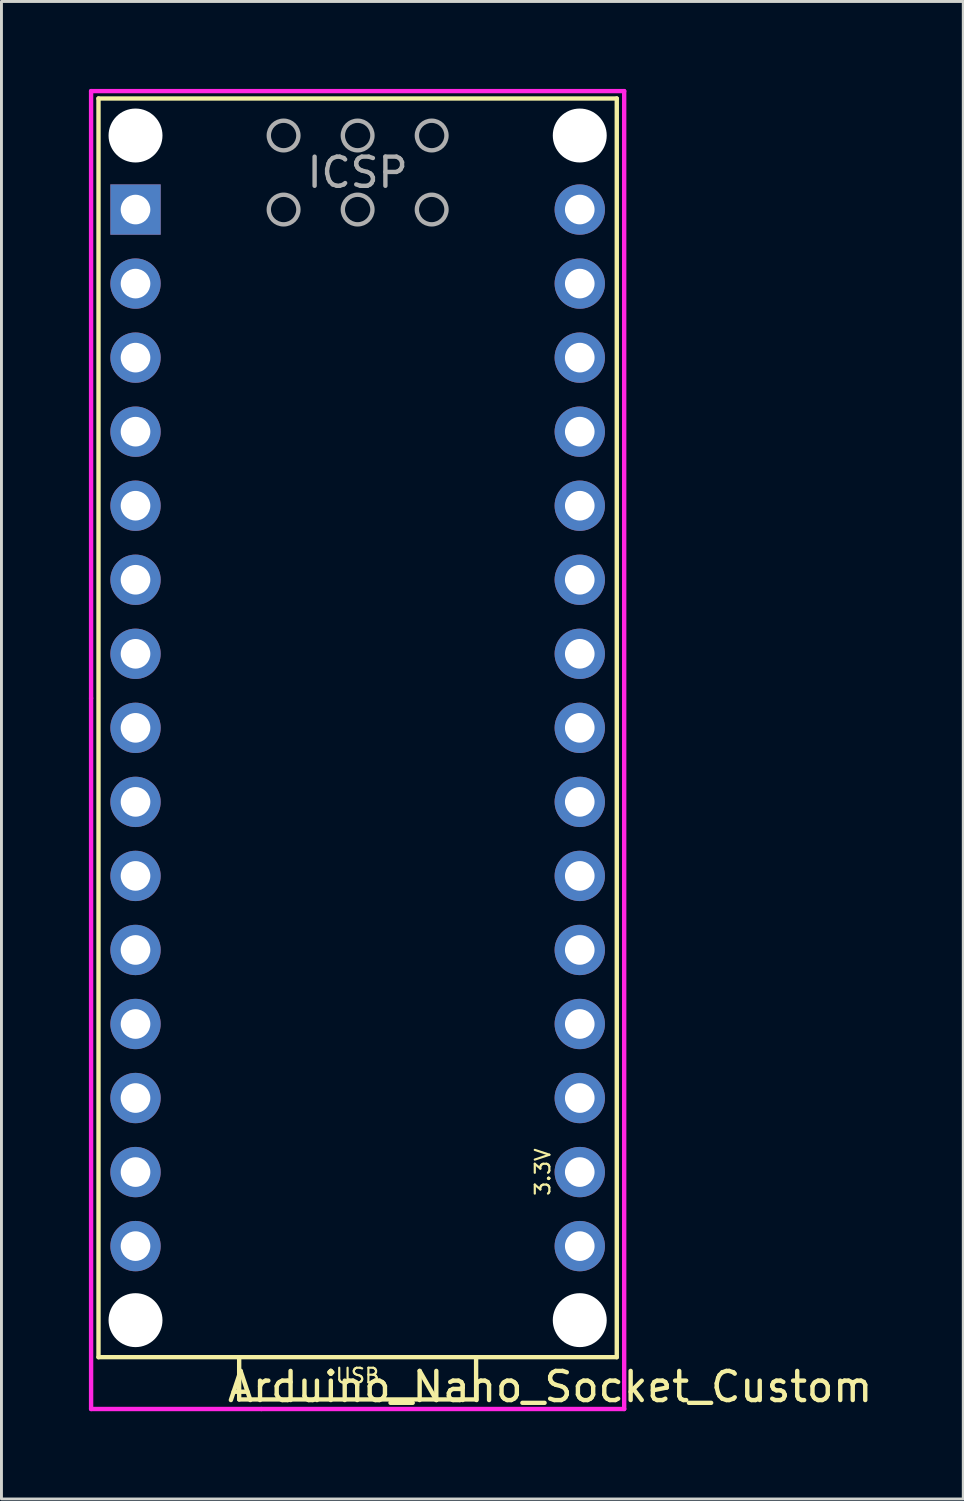
<source format=kicad_pcb>
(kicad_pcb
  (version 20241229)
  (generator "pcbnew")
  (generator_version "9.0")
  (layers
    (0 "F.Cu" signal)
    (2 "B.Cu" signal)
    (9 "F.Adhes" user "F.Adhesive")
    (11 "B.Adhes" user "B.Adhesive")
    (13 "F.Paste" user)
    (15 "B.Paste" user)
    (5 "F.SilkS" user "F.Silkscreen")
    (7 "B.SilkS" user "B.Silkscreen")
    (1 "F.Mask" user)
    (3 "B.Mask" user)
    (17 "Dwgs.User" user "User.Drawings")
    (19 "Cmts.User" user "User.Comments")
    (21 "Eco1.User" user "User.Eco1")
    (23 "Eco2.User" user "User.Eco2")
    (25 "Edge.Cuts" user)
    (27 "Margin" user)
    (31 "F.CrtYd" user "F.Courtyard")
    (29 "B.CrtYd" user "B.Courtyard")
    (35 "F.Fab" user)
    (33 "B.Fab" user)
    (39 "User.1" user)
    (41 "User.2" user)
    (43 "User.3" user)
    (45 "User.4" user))
  (footprint "Arduino_Nano_Socket_Custom"
    (layer "F.Cu")
    (at 9.219 43.509)
    (property "Reference" "Arduino_Nano_Socket_Custom" (at 6.604 1.016 0) (layer "F.SilkS") (effects (font (size 1 1) (thickness 0.15))))
    (attr through_hole)
    (fp_line (start -8.89 -43.18) (end -8.89 0) (stroke (width 0.15) (type solid)) (layer "F.SilkS"))
    (fp_line (start -8.89 -43.18) (end 8.89 -43.18) (stroke (width 0.15) (type solid)) (layer "F.SilkS"))
    (fp_line (start -8.89 0) (end 8.89 0) (stroke (width 0.15) (type solid)) (layer "F.SilkS"))
    (fp_line (start -4.064 0) (end -4.064 1.45) (stroke (width 0.15) (type solid)) (layer "F.SilkS"))
    (fp_line (start -4.064 1.45) (end 4.064 1.45) (stroke (width 0.15) (type solid)) (layer "F.SilkS"))
    (fp_line (start 4.064 1.45) (end 4.064 0) (stroke (width 0.15) (type solid)) (layer "F.SilkS"))
    (fp_line (start 8.89 -43.18) (end 8.89 0) (stroke (width 0.15) (type solid)) (layer "F.SilkS"))
    (fp_line (start -9.144 -43.434) (end 9.144 -43.434) (stroke (width 0.15) (type solid)) (layer "F.CrtYd"))
    (fp_line (start -9.144 -22.606) (end -9.144 -43.434) (stroke (width 0.15) (type solid)) (layer "F.CrtYd"))
    (fp_line (start -9.144 1.778) (end -9.144 -22.606) (stroke (width 0.15) (type solid)) (layer "F.CrtYd"))
    (fp_line (start -3.302 1.778) (end -9.144 1.778) (stroke (width 0.15) (type solid)) (layer "F.CrtYd"))
    (fp_line (start 9.144 -43.434) (end 9.144 1.778) (stroke (width 0.15) (type solid)) (layer "F.CrtYd"))
    (fp_line (start 9.144 1.778) (end -3.302 1.778) (stroke (width 0.15) (type solid)) (layer "F.CrtYd"))
    (fp_circle (center -2.54 -41.91) (end -2.032 -41.91) (stroke (width 0.15) (type solid)) (fill no) (layer "F.Fab"))
    (fp_circle (center -2.54 -39.37) (end -2.032 -39.37) (stroke (width 0.15) (type solid)) (fill no) (layer "F.Fab"))
    (fp_circle (center 0 -41.91) (end 0.508 -41.91) (stroke (width 0.15) (type solid)) (fill no) (layer "F.Fab"))
    (fp_circle (center 0 -39.37) (end 0.508 -39.37) (stroke (width 0.15) (type solid)) (fill no) (layer "F.Fab"))
    (fp_circle (center 2.54 -41.91) (end 3.048 -41.91) (stroke (width 0.15) (type solid)) (fill no) (layer "F.Fab"))
    (fp_circle (center 2.54 -39.37) (end 3.048 -39.37) (stroke (width 0.15) (type solid)) (fill no) (layer "F.Fab"))
    (fp_text user "3.3V" (at 6.35 -6.35 90) (layer "F.SilkS") (effects (font (size 0.5 0.5) (thickness 0.075))))
    (fp_text user "USB" (at 0 0.635 0) (layer "F.SilkS") (effects (font (size 0.5 0.5) (thickness 0.075))))
    (fp_text user "ICSP" (at 0 -40.64 0) (layer "F.Fab") (effects (font (size 1 1) (thickness 0.15))))
    (pad "" np_thru_hole circle (at -7.62 -41.91) (size 1.85 1.85) (drill 1.85) (layers "*.Cu" "*.Mask"))
    (pad "" np_thru_hole circle (at -7.62 -1.27) (size 1.85 1.85) (drill 1.85) (layers "*.Cu" "*.Mask"))
    (pad "" np_thru_hole circle (at 7.62 -41.91) (size 1.85 1.85) (drill 1.85) (layers "*.Cu" "*.Mask"))
    (pad "" np_thru_hole circle (at 7.62 -1.27) (size 1.85 1.85) (drill 1.85) (layers "*.Cu" "*.Mask"))
    (pad "1" thru_hole rect (at -7.62 -39.37) (size 1.727 1.727) (drill 1.016) (layers "*.Cu" "*.Mask"))
    (pad "2" thru_hole circle (at -7.62 -36.83) (size 1.727 1.727) (drill 1.016) (layers "*.Cu" "*.Mask"))
    (pad "3" thru_hole circle (at -7.62 -34.29) (size 1.727 1.727) (drill 1.016) (layers "*.Cu" "*.Mask"))
    (pad "4" thru_hole circle (at -7.62 -31.75) (size 1.727 1.727) (drill 1.016) (layers "*.Cu" "*.Mask"))
    (pad "5" thru_hole circle (at -7.62 -29.21) (size 1.727 1.727) (drill 1.016) (layers "*.Cu" "*.Mask"))
    (pad "6" thru_hole circle (at -7.62 -26.67) (size 1.727 1.727) (drill 1.016) (layers "*.Cu" "*.Mask"))
    (pad "7" thru_hole circle (at -7.62 -24.13) (size 1.727 1.727) (drill 1.016) (layers "*.Cu" "*.Mask"))
    (pad "8" thru_hole circle (at -7.62 -21.59) (size 1.727 1.727) (drill 1.016) (layers "*.Cu" "*.Mask"))
    (pad "9" thru_hole circle (at -7.62 -19.05) (size 1.727 1.727) (drill 1.016) (layers "*.Cu" "*.Mask"))
    (pad "10" thru_hole circle (at -7.62 -16.51) (size 1.727 1.727) (drill 1.016) (layers "*.Cu" "*.Mask"))
    (pad "11" thru_hole circle (at -7.62 -13.97) (size 1.727 1.727) (drill 1.016) (layers "*.Cu" "*.Mask"))
    (pad "12" thru_hole circle (at -7.62 -11.43) (size 1.727 1.727) (drill 1.016) (layers "*.Cu" "*.Mask"))
    (pad "13" thru_hole circle (at -7.62 -8.89) (size 1.727 1.727) (drill 1.016) (layers "*.Cu" "*.Mask"))
    (pad "14" thru_hole circle (at -7.62 -6.35) (size 1.727 1.727) (drill 1.016) (layers "*.Cu" "*.Mask"))
    (pad "15" thru_hole circle (at -7.62 -3.81) (size 1.727 1.727) (drill 1.016) (layers "*.Cu" "*.Mask"))
    (pad "16" thru_hole circle (at 7.62 -3.81) (size 1.727 1.727) (drill 1.016) (layers "*.Cu" "*.Mask"))
    (pad "17" thru_hole circle (at 7.62 -6.35) (size 1.727 1.727) (drill 1.016) (layers "*.Cu" "*.Mask"))
    (pad "18" thru_hole circle (at 7.62 -8.89) (size 1.727 1.727) (drill 1.016) (layers "*.Cu" "*.Mask"))
    (pad "19" thru_hole circle (at 7.62 -11.43) (size 1.727 1.727) (drill 1.016) (layers "*.Cu" "*.Mask"))
    (pad "20" thru_hole circle (at 7.62 -13.97) (size 1.727 1.727) (drill 1.016) (layers "*.Cu" "*.Mask"))
    (pad "21" thru_hole circle (at 7.62 -16.51) (size 1.727 1.727) (drill 1.016) (layers "*.Cu" "*.Mask"))
    (pad "22" thru_hole circle (at 7.62 -19.05) (size 1.727 1.727) (drill 1.016) (layers "*.Cu" "*.Mask"))
    (pad "23" thru_hole circle (at 7.62 -21.59) (size 1.727 1.727) (drill 1.016) (layers "*.Cu" "*.Mask"))
    (pad "24" thru_hole circle (at 7.62 -24.13) (size 1.727 1.727) (drill 1.016) (layers "*.Cu" "*.Mask"))
    (pad "25" thru_hole circle (at 7.62 -26.67) (size 1.727 1.727) (drill 1.016) (layers "*.Cu" "*.Mask"))
    (pad "26" thru_hole circle (at 7.62 -29.21) (size 1.727 1.727) (drill 1.016) (layers "*.Cu" "*.Mask"))
    (pad "27" thru_hole circle (at 7.62 -31.75) (size 1.727 1.727) (drill 1.016) (layers "*.Cu" "*.Mask"))
    (pad "28" thru_hole circle (at 7.62 -34.29) (size 1.727 1.727) (drill 1.016) (layers "*.Cu" "*.Mask"))
    (pad "29" thru_hole circle (at 7.62 -36.83) (size 1.727 1.727) (drill 1.016) (layers "*.Cu" "*.Mask"))
    (pad "30" thru_hole circle (at 7.62 -39.37) (size 1.727 1.727) (drill 1.016) (layers "*.Cu" "*.Mask")))
  (gr_rect
    (start -3 -3)
    (end 29.996 48.373)
    (stroke (width 0.1) (type default))
    (fill no)
    (layer "Edge.Cuts")))
</source>
